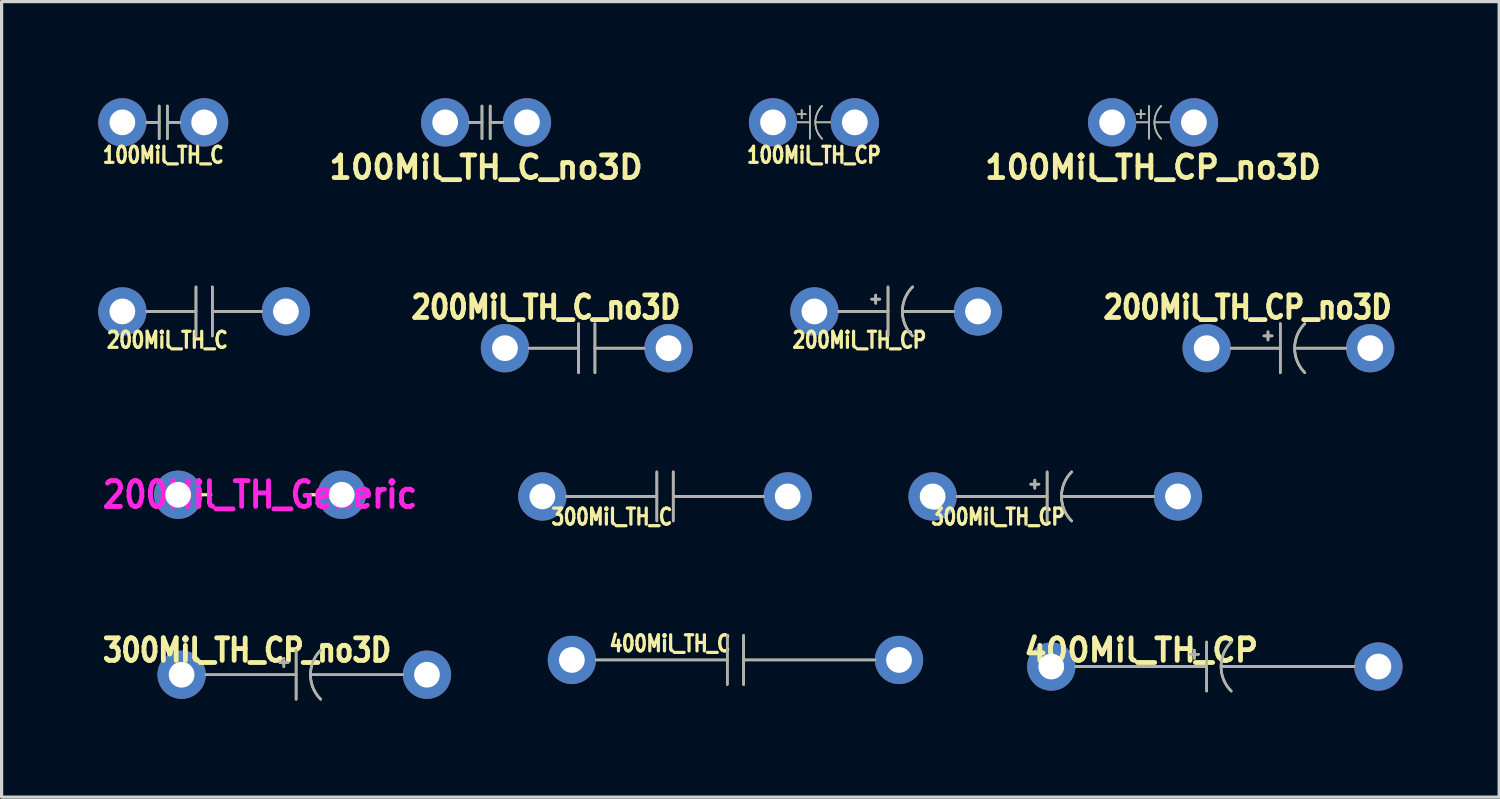
<source format=kicad_pcb>
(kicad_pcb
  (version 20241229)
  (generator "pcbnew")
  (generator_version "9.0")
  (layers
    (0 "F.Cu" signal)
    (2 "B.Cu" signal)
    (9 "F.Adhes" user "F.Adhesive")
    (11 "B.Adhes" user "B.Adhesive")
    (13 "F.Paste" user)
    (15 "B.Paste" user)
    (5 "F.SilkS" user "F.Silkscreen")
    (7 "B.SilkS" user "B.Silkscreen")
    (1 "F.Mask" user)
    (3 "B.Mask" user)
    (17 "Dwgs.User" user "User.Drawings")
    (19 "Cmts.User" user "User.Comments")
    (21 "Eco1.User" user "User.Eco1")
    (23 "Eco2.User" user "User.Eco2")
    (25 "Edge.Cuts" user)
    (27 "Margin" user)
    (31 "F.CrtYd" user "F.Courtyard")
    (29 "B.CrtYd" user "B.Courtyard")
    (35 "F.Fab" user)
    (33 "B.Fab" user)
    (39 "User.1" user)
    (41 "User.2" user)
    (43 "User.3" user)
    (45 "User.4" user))
  (footprint "200Mil_TH_CP_no3D"
    (layer "F.Cu")
    (at 34.424 7.763)
    (property "Reference" "200Mil_TH_CP_no3D" (at 1.27 -1.27 0) (layer "F.SilkS") (effects (font (size 0.7 0.6) (thickness 0.15))))
    (attr through_hole)
    (fp_line (start 0.762 0) (end 2.286 0) (stroke (width 0.08) (type solid)) (layer "F.SilkS"))
    (fp_line (start 1.778 -0.381) (end 2.032 -0.381) (stroke (width 0.08) (type solid)) (layer "F.SilkS"))
    (fp_line (start 1.905 -0.254) (end 1.905 -0.508) (stroke (width 0.08) (type solid)) (layer "F.SilkS"))
    (fp_line (start 2.286 -0.762) (end 2.286 0.762) (stroke (width 0.08) (type solid)) (layer "F.SilkS"))
    (fp_line (start 2.794 0) (end 4.318 0) (stroke (width 0.08) (type solid)) (layer "F.SilkS"))
    (fp_arc (start 3.048 0.762) (mid 2.732369 0) (end 3.048 -0.762) (stroke (width 0.08) (type solid)) (layer "F.SilkS"))
    (fp_line (start 0.762 0) (end 2.286 0) (stroke (width 0.08) (type solid)) (layer "F.Fab"))
    (fp_line (start 1.778 -0.381) (end 2.032 -0.381) (stroke (width 0.08) (type solid)) (layer "F.Fab"))
    (fp_line (start 1.905 -0.254) (end 1.905 -0.508) (stroke (width 0.08) (type solid)) (layer "F.Fab"))
    (fp_line (start 2.286 -0.762) (end 2.286 0.762) (stroke (width 0.08) (type solid)) (layer "F.Fab"))
    (fp_line (start 2.794 0) (end 4.318 0) (stroke (width 0.08) (type solid)) (layer "F.Fab"))
    (fp_arc (start 3.048 0.762) (mid 2.732369 0) (end 3.048 -0.762) (stroke (width 0.08) (type solid)) (layer "F.Fab"))
    (pad "1" thru_hole circle (at 0 0) (size 1.5 1.5) (drill 0.8) (layers "*.Cu" "*.Mask"))
    (pad "2" thru_hole circle (at 5.08 0) (size 1.5 1.5) (drill 0.8) (layers "*.Cu" "*.Mask")))
  (footprint "100Mil_TH_CP"
    (layer "F.Cu")
    (at 20.957 0.75)
    (property "Reference" "100Mil_TH_CP" (at 1.27 1.016 0) (layer "F.SilkS") (effects (font (size 0.5 0.4) (thickness 0.1))))
    (attr through_hole)
    (fp_line (start 0.762 -0.254) (end 1.016 -0.254) (stroke (width 0.05) (type solid)) (layer "F.SilkS"))
    (fp_line (start 0.762 0) (end 1.143 0) (stroke (width 0.05) (type solid)) (layer "F.SilkS"))
    (fp_line (start 0.889 -0.381) (end 0.889 -0.127) (stroke (width 0.05) (type solid)) (layer "F.SilkS"))
    (fp_line (start 1.143 -0.508) (end 1.143 0.508) (stroke (width 0.05) (type solid)) (layer "F.SilkS"))
    (fp_line (start 1.321 0) (end 1.778 0) (stroke (width 0.05) (type solid)) (layer "F.SilkS"))
    (fp_arc (start 1.524 0.508) (mid 1.31358 0) (end 1.524 -0.508) (stroke (width 0.05) (type solid)) (layer "F.SilkS"))
    (fp_line (start 0.762 -0.254) (end 1.016 -0.254) (stroke (width 0.05) (type solid)) (layer "F.Fab"))
    (fp_line (start 0.762 0) (end 1.143 0) (stroke (width 0.05) (type solid)) (layer "F.Fab"))
    (fp_line (start 0.889 -0.381) (end 0.889 -0.127) (stroke (width 0.05) (type solid)) (layer "F.Fab"))
    (fp_line (start 1.143 -0.508) (end 1.143 0.508) (stroke (width 0.05) (type solid)) (layer "F.Fab"))
    (fp_line (start 1.321 0) (end 1.778 0) (stroke (width 0.05) (type solid)) (layer "F.Fab"))
    (fp_arc (start 1.524 0.508) (mid 1.31358 0) (end 1.524 -0.508) (stroke (width 0.05) (type solid)) (layer "F.Fab"))
    (pad "1" thru_hole circle (at 0 0) (size 1.5 1.5) (drill 0.8) (layers "*.Cu" "*.Mask"))
    (pad "2" thru_hole circle (at 2.54 0) (size 1.5 1.5) (drill 0.8) (layers "*.Cu" "*.Mask")))
  (footprint "300Mil_TH_CP_no3D"
    (layer "F.Cu")
    (at 2.59 17.904)
    (property "Reference" "300Mil_TH_CP_no3D" (at 2.032 -0.762 0) (layer "F.SilkS") (effects (font (size 0.7 0.6) (thickness 0.15))))
    (attr through_hole)
    (fp_line (start 0.762 0) (end 3.556 0) (stroke (width 0.08) (type solid)) (layer "F.SilkS"))
    (fp_line (start 3.048 -0.381) (end 3.302 -0.381) (stroke (width 0.08) (type solid)) (layer "F.SilkS"))
    (fp_line (start 3.175 -0.508) (end 3.175 -0.254) (stroke (width 0.08) (type solid)) (layer "F.SilkS"))
    (fp_line (start 3.556 -0.762) (end 3.556 0.762) (stroke (width 0.08) (type solid)) (layer "F.SilkS"))
    (fp_line (start 4.064 0) (end 6.858 0) (stroke (width 0.08) (type solid)) (layer "F.SilkS"))
    (fp_arc (start 4.318 0.762) (mid 4.002369 0) (end 4.318 -0.762) (stroke (width 0.08) (type solid)) (layer "F.SilkS"))
    (fp_line (start 0.762 0) (end 3.556 0) (stroke (width 0.08) (type solid)) (layer "F.Fab"))
    (fp_line (start 3.048 -0.381) (end 3.302 -0.381) (stroke (width 0.08) (type solid)) (layer "F.Fab"))
    (fp_line (start 3.175 -0.508) (end 3.175 -0.254) (stroke (width 0.08) (type solid)) (layer "F.Fab"))
    (fp_line (start 3.556 -0.762) (end 3.556 0.762) (stroke (width 0.08) (type solid)) (layer "F.Fab"))
    (fp_line (start 4.064 0) (end 6.858 0) (stroke (width 0.08) (type solid)) (layer "F.Fab"))
    (fp_arc (start 4.318 0.762) (mid 4.002369 0) (end 4.318 -0.762) (stroke (width 0.08) (type solid)) (layer "F.Fab"))
    (pad "1" thru_hole circle (at 0 0) (size 1.5 1.5) (drill 0.8) (layers "*.Cu" "*.Mask"))
    (pad "2" thru_hole circle (at 7.62 0) (size 1.5 1.5) (drill 0.8) (layers "*.Cu" "*.Mask")))
  (footprint "400Mil_TH_CP"
    (layer "F.Cu")
    (at 29.598 17.65)
    (property "Reference" "400Mil_TH_CP" (at 2.794 -0.508 0) (layer "F.SilkS") (effects (font (size 0.7 0.7) (thickness 0.15))))
    (attr through_hole)
    (fp_line (start 0.762 0) (end 4.826 0) (stroke (width 0.08) (type solid)) (layer "F.SilkS"))
    (fp_line (start 4.318 -0.381) (end 4.572 -0.381) (stroke (width 0.08) (type solid)) (layer "F.SilkS"))
    (fp_line (start 4.445 -0.254) (end 4.445 -0.508) (stroke (width 0.08) (type solid)) (layer "F.SilkS"))
    (fp_line (start 4.826 -0.762) (end 4.826 0.762) (stroke (width 0.08) (type solid)) (layer "F.SilkS"))
    (fp_line (start 5.334 0) (end 9.398 0) (stroke (width 0.08) (type solid)) (layer "F.SilkS"))
    (fp_arc (start 5.588 0.762) (mid 5.272369 0) (end 5.588 -0.762) (stroke (width 0.08) (type solid)) (layer "F.SilkS"))
    (fp_line (start 0.762 0) (end 4.826 0) (stroke (width 0.08) (type solid)) (layer "F.Fab"))
    (fp_line (start 4.318 -0.381) (end 4.572 -0.381) (stroke (width 0.08) (type solid)) (layer "F.Fab"))
    (fp_line (start 4.445 -0.254) (end 4.445 -0.508) (stroke (width 0.08) (type solid)) (layer "F.Fab"))
    (fp_line (start 4.826 -0.762) (end 4.826 0.762) (stroke (width 0.08) (type solid)) (layer "F.Fab"))
    (fp_line (start 5.334 0) (end 9.398 0) (stroke (width 0.08) (type solid)) (layer "F.Fab"))
    (fp_arc (start 5.588 0.762) (mid 5.272369 0) (end 5.588 -0.762) (stroke (width 0.08) (type solid)) (layer "F.Fab"))
    (pad "1" thru_hole circle (at 0 0) (size 1.5 1.5) (drill 0.8) (layers "*.Cu" "*.Mask"))
    (pad "2" thru_hole circle (at 10.16 0) (size 1.5 1.5) (drill 0.8) (layers "*.Cu" "*.Mask")))
  (footprint "200Mil_TH_C_no3D"
    (layer "F.Cu")
    (at 12.632 7.763)
    (property "Reference" "200Mil_TH_C_no3D" (at 1.27 -1.27 0) (layer "F.SilkS") (effects (font (size 0.7 0.6) (thickness 0.15))))
    (attr through_hole)
    (fp_line (start 0.762 0) (end 2.286 0) (stroke (width 0.08) (type solid)) (layer "F.SilkS"))
    (fp_line (start 2.286 -0.762) (end 2.286 0.762) (stroke (width 0.08) (type solid)) (layer "F.SilkS"))
    (fp_line (start 2.794 -0.762) (end 2.794 0.762) (stroke (width 0.08) (type solid)) (layer "F.SilkS"))
    (fp_line (start 4.318 0) (end 2.794 0) (stroke (width 0.08) (type solid)) (layer "F.SilkS"))
    (fp_line (start 0.762 0) (end 2.286 0) (stroke (width 0.08) (type solid)) (layer "F.Fab"))
    (fp_line (start 2.286 -0.762) (end 2.286 0.762) (stroke (width 0.08) (type solid)) (layer "F.Fab"))
    (fp_line (start 2.794 -0.762) (end 2.794 0.762) (stroke (width 0.08) (type solid)) (layer "F.Fab"))
    (fp_line (start 4.318 0) (end 2.794 0) (stroke (width 0.08) (type solid)) (layer "F.Fab"))
    (pad "1" thru_hole circle (at 0 0) (size 1.5 1.5) (drill 0.8) (layers "*.Cu" "*.Mask"))
    (pad "2" thru_hole circle (at 5.08 0) (size 1.5 1.5) (drill 0.8) (layers "*.Cu" "*.Mask")))
  (footprint "300Mil_TH_CP"
    (layer "F.Cu")
    (at 25.913 12.367)
    (property "Reference" "300Mil_TH_CP" (at 2.032 0.635 0) (layer "F.SilkS") (effects (font (size 0.5 0.4) (thickness 0.1))))
    (attr through_hole)
    (fp_line (start 0.762 0) (end 3.556 0) (stroke (width 0.08) (type solid)) (layer "F.SilkS"))
    (fp_line (start 3.048 -0.381) (end 3.302 -0.381) (stroke (width 0.08) (type solid)) (layer "F.SilkS"))
    (fp_line (start 3.175 -0.508) (end 3.175 -0.254) (stroke (width 0.08) (type solid)) (layer "F.SilkS"))
    (fp_line (start 3.556 -0.762) (end 3.556 0.762) (stroke (width 0.08) (type solid)) (layer "F.SilkS"))
    (fp_line (start 4.064 0) (end 6.858 0) (stroke (width 0.08) (type solid)) (layer "F.SilkS"))
    (fp_arc (start 4.318 0.762) (mid 4.002369 0) (end 4.318 -0.762) (stroke (width 0.08) (type solid)) (layer "F.SilkS"))
    (fp_line (start 0.762 0) (end 3.556 0) (stroke (width 0.08) (type solid)) (layer "F.Fab"))
    (fp_line (start 3.048 -0.381) (end 3.302 -0.381) (stroke (width 0.08) (type solid)) (layer "F.Fab"))
    (fp_line (start 3.175 -0.508) (end 3.175 -0.254) (stroke (width 0.08) (type solid)) (layer "F.Fab"))
    (fp_line (start 3.556 -0.762) (end 3.556 0.762) (stroke (width 0.08) (type solid)) (layer "F.Fab"))
    (fp_line (start 4.064 0) (end 6.858 0) (stroke (width 0.08) (type solid)) (layer "F.Fab"))
    (fp_arc (start 4.318 0.762) (mid 4.002369 0) (end 4.318 -0.762) (stroke (width 0.08) (type solid)) (layer "F.Fab"))
    (pad "1" thru_hole circle (at 0 0) (size 1.5 1.5) (drill 0.8) (layers "*.Cu" "*.Mask"))
    (pad "2" thru_hole circle (at 7.62 0) (size 1.5 1.5) (drill 0.8) (layers "*.Cu" "*.Mask")))
  (footprint "100Mil_TH_C_no3D"
    (layer "F.Cu")
    (at 10.775 0.75)
    (property "Reference" "100Mil_TH_C_no3D" (at 1.27 1.397 0) (layer "F.SilkS") (effects (font (size 0.7 0.7) (thickness 0.15))))
    (attr through_hole)
    (fp_line (start 0.762 0) (end 1.143 0) (stroke (width 0.08) (type solid)) (layer "F.SilkS"))
    (fp_line (start 1.143 -0.508) (end 1.143 0.508) (stroke (width 0.08) (type solid)) (layer "F.SilkS"))
    (fp_line (start 1.397 -0.508) (end 1.397 0.508) (stroke (width 0.08) (type solid)) (layer "F.SilkS"))
    (fp_line (start 1.397 0) (end 1.778 0) (stroke (width 0.08) (type solid)) (layer "F.SilkS"))
    (fp_line (start 0.762 0) (end 1.143 0) (stroke (width 0.08) (type solid)) (layer "F.Fab"))
    (fp_line (start 1.143 -0.508) (end 1.143 0.508) (stroke (width 0.08) (type solid)) (layer "F.Fab"))
    (fp_line (start 1.397 -0.508) (end 1.397 0.508) (stroke (width 0.08) (type solid)) (layer "F.Fab"))
    (fp_line (start 1.397 0) (end 1.778 0) (stroke (width 0.08) (type solid)) (layer "F.Fab"))
    (pad "1" thru_hole circle (at 0 0) (size 1.5 1.5) (drill 0.8) (layers "*.Cu" "*.Mask"))
    (pad "2" thru_hole circle (at 2.54 0) (size 1.5 1.5) (drill 0.8) (layers "*.Cu" "*.Mask")))
  (footprint "100Mil_TH_C"
    (layer "F.Cu")
    (at 0.75 0.75)
    (property "Reference" "100Mil_TH_C" (at 1.27 1.016 0) (layer "F.SilkS") (effects (font (size 0.5 0.4) (thickness 0.1))))
    (attr through_hole)
    (fp_line (start 0.762 0) (end 1.143 0) (stroke (width 0.08) (type solid)) (layer "F.SilkS"))
    (fp_line (start 1.143 -0.508) (end 1.143 0.508) (stroke (width 0.08) (type solid)) (layer "F.SilkS"))
    (fp_line (start 1.397 -0.508) (end 1.397 0.508) (stroke (width 0.08) (type solid)) (layer "F.SilkS"))
    (fp_line (start 1.397 0) (end 1.778 0) (stroke (width 0.08) (type solid)) (layer "F.SilkS"))
    (fp_line (start 0.762 0) (end 1.143 0) (stroke (width 0.08) (type solid)) (layer "F.Fab"))
    (fp_line (start 1.143 -0.508) (end 1.143 0.508) (stroke (width 0.08) (type solid)) (layer "F.Fab"))
    (fp_line (start 1.397 -0.508) (end 1.397 0.508) (stroke (width 0.08) (type solid)) (layer "F.Fab"))
    (fp_line (start 1.397 0) (end 1.778 0) (stroke (width 0.08) (type solid)) (layer "F.Fab"))
    (pad "1" thru_hole circle (at 0 0) (size 1.5 1.5) (drill 0.8) (layers "*.Cu" "*.Mask"))
    (pad "2" thru_hole circle (at 2.54 0) (size 1.5 1.5) (drill 0.8) (layers "*.Cu" "*.Mask")))
  (footprint "200Mil_TH_CP"
    (layer "F.Cu")
    (at 22.242 6.622)
    (property "Reference" "200Mil_TH_CP" (at 1.397 0.889 0) (layer "F.SilkS") (effects (font (size 0.5 0.4) (thickness 0.1))))
    (attr through_hole)
    (fp_line (start 0.762 0) (end 2.286 0) (stroke (width 0.08) (type solid)) (layer "F.SilkS"))
    (fp_line (start 1.778 -0.381) (end 2.032 -0.381) (stroke (width 0.08) (type solid)) (layer "F.SilkS"))
    (fp_line (start 1.905 -0.254) (end 1.905 -0.508) (stroke (width 0.08) (type solid)) (layer "F.SilkS"))
    (fp_line (start 2.286 -0.762) (end 2.286 0.762) (stroke (width 0.08) (type solid)) (layer "F.SilkS"))
    (fp_line (start 2.794 0) (end 4.318 0) (stroke (width 0.08) (type solid)) (layer "F.SilkS"))
    (fp_arc (start 3.048 0.762) (mid 2.732369 0) (end 3.048 -0.762) (stroke (width 0.08) (type solid)) (layer "F.SilkS"))
    (fp_line (start 0.762 0) (end 2.286 0) (stroke (width 0.08) (type solid)) (layer "F.Fab"))
    (fp_line (start 1.778 -0.381) (end 2.032 -0.381) (stroke (width 0.08) (type solid)) (layer "F.Fab"))
    (fp_line (start 1.905 -0.254) (end 1.905 -0.508) (stroke (width 0.08) (type solid)) (layer "F.Fab"))
    (fp_line (start 2.286 -0.762) (end 2.286 0.762) (stroke (width 0.08) (type solid)) (layer "F.Fab"))
    (fp_line (start 2.794 0) (end 4.318 0) (stroke (width 0.08) (type solid)) (layer "F.Fab"))
    (fp_arc (start 3.048 0.762) (mid 2.732369 0) (end 3.048 -0.762) (stroke (width 0.08) (type solid)) (layer "F.Fab"))
    (pad "1" thru_hole circle (at 0 0) (size 1.5 1.5) (drill 0.8) (layers "*.Cu" "*.Mask"))
    (pad "2" thru_hole circle (at 5.08 0) (size 1.5 1.5) (drill 0.8) (layers "*.Cu" "*.Mask")))
  (footprint "400Mil_TH_C"
    (layer "F.Cu")
    (at 14.71 17.445)
    (property "Reference" "400Mil_TH_C" (at 3.048 -0.508 0) (layer "F.SilkS") (effects (font (size 0.5 0.4) (thickness 0.1))))
    (attr through_hole)
    (fp_line (start 0.762 0) (end 4.826 0) (stroke (width 0.08) (type solid)) (layer "F.SilkS"))
    (fp_line (start 4.826 -0.762) (end 4.826 0.762) (stroke (width 0.08) (type solid)) (layer "F.SilkS"))
    (fp_line (start 5.334 -0.762) (end 5.334 0.762) (stroke (width 0.08) (type solid)) (layer "F.SilkS"))
    (fp_line (start 5.334 0) (end 9.398 0) (stroke (width 0.08) (type solid)) (layer "F.SilkS"))
    (fp_line (start 0.762 0) (end 4.826 0) (stroke (width 0.08) (type solid)) (layer "F.Fab"))
    (fp_line (start 4.826 -0.762) (end 4.826 0.762) (stroke (width 0.08) (type solid)) (layer "F.Fab"))
    (fp_line (start 5.334 -0.762) (end 5.334 0.762) (stroke (width 0.08) (type solid)) (layer "F.Fab"))
    (fp_line (start 5.334 0) (end 9.398 0) (stroke (width 0.08) (type solid)) (layer "F.Fab"))
    (pad "1" thru_hole circle (at 0 0) (size 1.5 1.5) (drill 0.8) (layers "*.Cu" "*.Mask"))
    (pad "2" thru_hole circle (at 10.16 0) (size 1.5 1.5) (drill 0.8) (layers "*.Cu" "*.Mask")))
  (footprint "200Mil_TH_C"
    (layer "F.Cu")
    (at 0.75 6.622)
    (property "Reference" "200Mil_TH_C" (at 1.397 0.889 0) (layer "F.SilkS") (effects (font (size 0.5 0.4) (thickness 0.1))))
    (attr through_hole)
    (fp_line (start 0.762 0) (end 2.286 0) (stroke (width 0.08) (type solid)) (layer "F.SilkS"))
    (fp_line (start 2.286 -0.762) (end 2.286 0.762) (stroke (width 0.08) (type solid)) (layer "F.SilkS"))
    (fp_line (start 2.794 -0.762) (end 2.794 0.762) (stroke (width 0.08) (type solid)) (layer "F.SilkS"))
    (fp_line (start 4.318 0) (end 2.794 0) (stroke (width 0.08) (type solid)) (layer "F.SilkS"))
    (fp_line (start 0.762 0) (end 2.286 0) (stroke (width 0.08) (type solid)) (layer "F.Fab"))
    (fp_line (start 2.286 -0.762) (end 2.286 0.762) (stroke (width 0.08) (type solid)) (layer "F.Fab"))
    (fp_line (start 2.794 -0.762) (end 2.794 0.762) (stroke (width 0.08) (type solid)) (layer "F.Fab"))
    (fp_line (start 4.318 0) (end 2.794 0) (stroke (width 0.08) (type solid)) (layer "F.Fab"))
    (pad "1" thru_hole circle (at 0 0) (size 1.5 1.5) (drill 0.8) (layers "*.Cu" "*.Mask"))
    (pad "2" thru_hole circle (at 5.08 0) (size 1.5 1.5) (drill 0.8) (layers "*.Cu" "*.Mask")))
  (footprint "200Mil_TH_Generic"
    (placed yes)
    (layer "F.Cu")
    (at 2.482 12.315)
    (property "Reference" "200Mil_TH_Generic" (at 2.54 0 0) (layer "F.CrtYd") (effects (font (size 0.8 0.7) (thickness 0.15))))
    (attr through_hole)
    (fp_line (start 0.762 0) (end 1.016 0) (stroke (width 0.1) (type solid)) (layer "F.SilkS"))
    (fp_line (start 4.064 0) (end 4.318 0) (stroke (width 0.1) (type solid)) (layer "F.SilkS"))
    (pad "1" thru_hole circle (at 0 0) (size 1.5 1.5) (drill 0.8) (layers "*.Cu" "*.Mask"))
    (pad "2" thru_hole circle (at 5.08 0) (size 1.5 1.5) (drill 0.8) (layers "*.Cu" "*.Mask")))
  (footprint "100Mil_TH_CP_no3D"
    (layer "F.Cu")
    (at 31.488 0.75)
    (property "Reference" "100Mil_TH_CP_no3D" (at 1.27 1.397 0) (layer "F.SilkS") (effects (font (size 0.7 0.7) (thickness 0.15))))
    (attr through_hole)
    (fp_line (start 0.762 -0.254) (end 1.016 -0.254) (stroke (width 0.05) (type solid)) (layer "F.SilkS"))
    (fp_line (start 0.762 0) (end 1.143 0) (stroke (width 0.05) (type solid)) (layer "F.SilkS"))
    (fp_line (start 0.889 -0.381) (end 0.889 -0.127) (stroke (width 0.05) (type solid)) (layer "F.SilkS"))
    (fp_line (start 1.143 -0.508) (end 1.143 0.508) (stroke (width 0.05) (type solid)) (layer "F.SilkS"))
    (fp_line (start 1.321 0) (end 1.778 0) (stroke (width 0.05) (type solid)) (layer "F.SilkS"))
    (fp_arc (start 1.524 0.508) (mid 1.31358 0) (end 1.524 -0.508) (stroke (width 0.05) (type solid)) (layer "F.SilkS"))
    (fp_line (start 0.762 -0.254) (end 1.016 -0.254) (stroke (width 0.05) (type solid)) (layer "F.Fab"))
    (fp_line (start 0.762 0) (end 1.143 0) (stroke (width 0.05) (type solid)) (layer "F.Fab"))
    (fp_line (start 0.889 -0.381) (end 0.889 -0.127) (stroke (width 0.05) (type solid)) (layer "F.Fab"))
    (fp_line (start 1.143 -0.508) (end 1.143 0.508) (stroke (width 0.05) (type solid)) (layer "F.Fab"))
    (fp_line (start 1.321 0) (end 1.778 0) (stroke (width 0.05) (type solid)) (layer "F.Fab"))
    (fp_arc (start 1.524 0.508) (mid 1.31358 0) (end 1.524 -0.508) (stroke (width 0.05) (type solid)) (layer "F.Fab"))
    (pad "1" thru_hole circle (at 0 0) (size 1.5 1.5) (drill 0.8) (layers "*.Cu" "*.Mask"))
    (pad "2" thru_hole circle (at 2.54 0) (size 1.5 1.5) (drill 0.8) (layers "*.Cu" "*.Mask")))
  (footprint "300Mil_TH_C"
    (layer "F.Cu")
    (at 13.793 12.367)
    (property "Reference" "300Mil_TH_C" (at 2.159 0.635 0) (layer "F.SilkS") (effects (font (size 0.5 0.4) (thickness 0.1))))
    (attr through_hole)
    (fp_line (start 3.556 -0.762) (end 3.556 0.762) (stroke (width 0.08) (type solid)) (layer "F.SilkS"))
    (fp_line (start 3.556 0) (end 0.762 0) (stroke (width 0.08) (type solid)) (layer "F.SilkS"))
    (fp_line (start 4.064 -0.762) (end 4.064 0.762) (stroke (width 0.08) (type solid)) (layer "F.SilkS"))
    (fp_line (start 4.064 0) (end 6.858 0) (stroke (width 0.08) (type solid)) (layer "F.SilkS"))
    (fp_line (start 3.556 -0.762) (end 3.556 0.762) (stroke (width 0.08) (type solid)) (layer "F.Fab"))
    (fp_line (start 3.556 0) (end 0.762 0) (stroke (width 0.08) (type solid)) (layer "F.Fab"))
    (fp_line (start 4.064 -0.762) (end 4.064 0.762) (stroke (width 0.08) (type solid)) (layer "F.Fab"))
    (fp_line (start 4.064 0) (end 6.858 0) (stroke (width 0.08) (type solid)) (layer "F.Fab"))
    (pad "1" thru_hole circle (at 0 0) (size 1.5 1.5) (drill 0.8) (layers "*.Cu" "*.Mask"))
    (pad "2" thru_hole circle (at 7.62 0) (size 1.5 1.5) (drill 0.8) (layers "*.Cu" "*.Mask")))
  (gr_rect
    (start -3 -3)
    (end 43.508 21.706)
    (stroke (width 0.1) (type default))
    (fill no)
    (layer "Edge.Cuts")))
</source>
